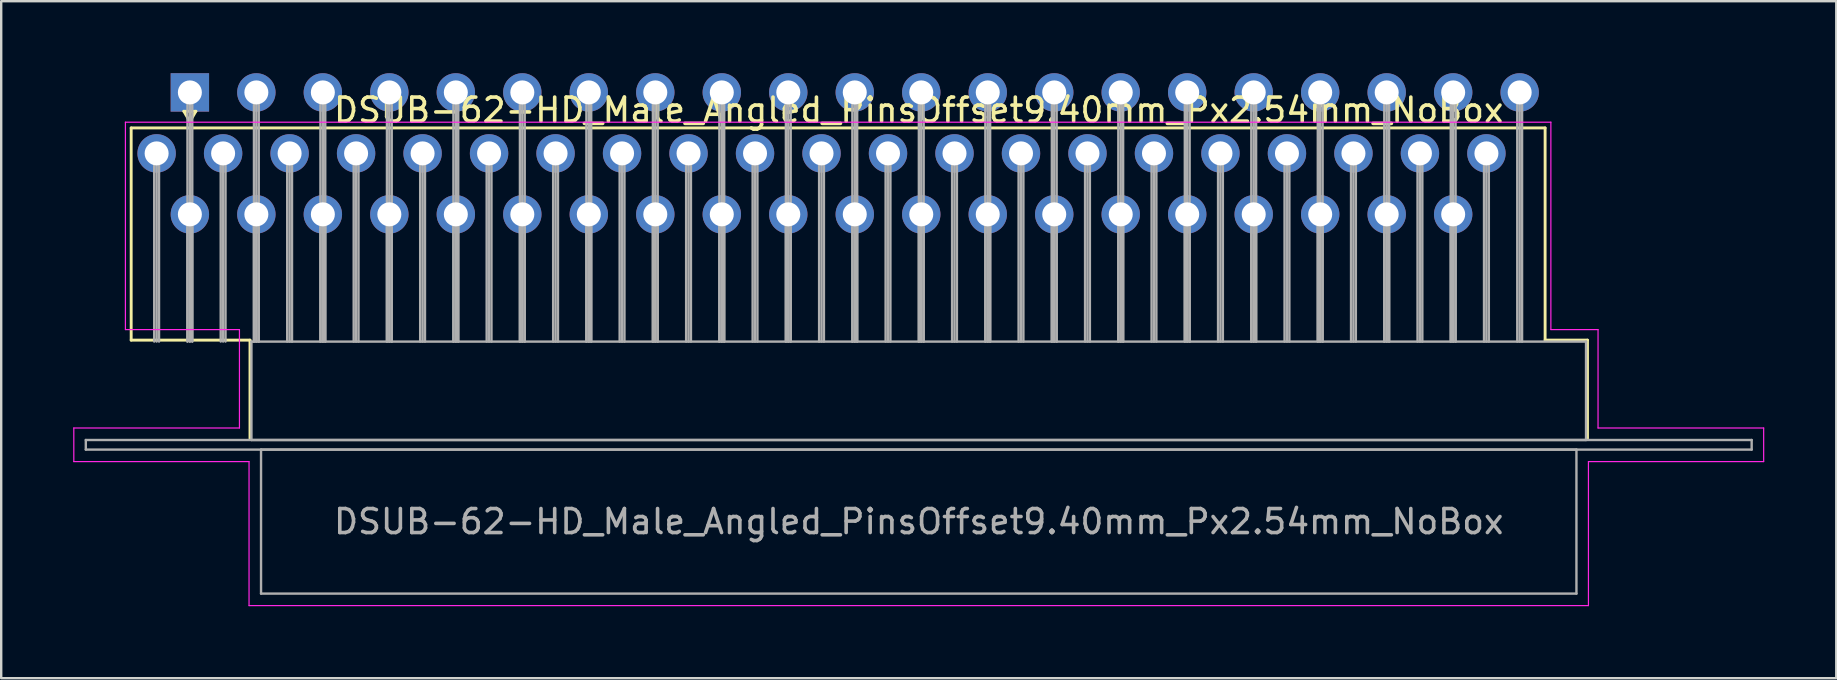
<source format=kicad_pcb>
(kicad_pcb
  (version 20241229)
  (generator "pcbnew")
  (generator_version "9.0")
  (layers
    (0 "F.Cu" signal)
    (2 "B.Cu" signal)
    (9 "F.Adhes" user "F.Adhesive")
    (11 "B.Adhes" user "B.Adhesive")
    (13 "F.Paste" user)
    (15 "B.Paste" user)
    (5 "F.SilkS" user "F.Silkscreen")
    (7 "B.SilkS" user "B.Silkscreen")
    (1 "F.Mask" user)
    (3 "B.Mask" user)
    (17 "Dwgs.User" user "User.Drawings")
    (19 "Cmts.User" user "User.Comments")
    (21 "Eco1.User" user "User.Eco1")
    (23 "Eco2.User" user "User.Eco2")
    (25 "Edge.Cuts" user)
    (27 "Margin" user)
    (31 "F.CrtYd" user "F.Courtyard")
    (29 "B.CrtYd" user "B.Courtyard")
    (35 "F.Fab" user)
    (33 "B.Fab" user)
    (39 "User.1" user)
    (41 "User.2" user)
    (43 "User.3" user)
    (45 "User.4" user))
  (footprint "DSUB-62-HD_Male_Angled_PinsOffset9.40mm_Px2.54mm_NoBox"
    (layer "F.Cu")
    (at 4.86 0.8)
    (property "Reference" "DSUB-62-HD_Male_Angled_PinsOffset9.40mm_Px2.54mm_NoBox" (at 30.365 0.74 0) (layer "F.SilkS") (effects (font (size 1 1) (thickness 0.15))))
    (attr through_hole)
    (fp_line (start -2.445 1.48) (end 56.46 1.48) (stroke (width 0.12) (type solid)) (layer "F.SilkS"))
    (fp_line (start -2.445 10.32) (end -2.445 1.48) (stroke (width 0.12) (type solid)) (layer "F.SilkS"))
    (fp_line (start -0.25 0.786) (end 0.25 0.786) (stroke (width 0.12) (type solid)) (layer "F.SilkS"))
    (fp_line (start 0 1.219) (end -0.25 0.786) (stroke (width 0.12) (type solid)) (layer "F.SilkS"))
    (fp_line (start 0.25 0.786) (end 0 1.219) (stroke (width 0.12) (type solid)) (layer "F.SilkS"))
    (fp_line (start 2.505 10.32) (end -2.445 10.32) (stroke (width 0.12) (type solid)) (layer "F.SilkS"))
    (fp_line (start 2.505 14.42) (end 2.505 10.32) (stroke (width 0.12) (type solid)) (layer "F.SilkS"))
    (fp_line (start 56.46 1.48) (end 56.46 10.32) (stroke (width 0.12) (type solid)) (layer "F.SilkS"))
    (fp_line (start 56.46 10.32) (end 58.225 10.32) (stroke (width 0.12) (type solid)) (layer "F.SilkS"))
    (fp_line (start 58.225 10.32) (end 58.225 14.42) (stroke (width 0.12) (type solid)) (layer "F.SilkS"))
    (fp_line (start -4.835 13.98) (end 2.065 13.98) (stroke (width 0.05) (type solid)) (layer "F.CrtYd"))
    (fp_line (start -4.835 15.38) (end -4.835 13.98) (stroke (width 0.05) (type solid)) (layer "F.CrtYd"))
    (fp_line (start -2.685 1.24) (end 56.7 1.24) (stroke (width 0.05) (type solid)) (layer "F.CrtYd"))
    (fp_line (start -2.685 9.88) (end -2.685 1.24) (stroke (width 0.05) (type solid)) (layer "F.CrtYd"))
    (fp_line (start 2.065 9.88) (end -2.685 9.88) (stroke (width 0.05) (type solid)) (layer "F.CrtYd"))
    (fp_line (start 2.065 13.98) (end 2.065 9.88) (stroke (width 0.05) (type solid)) (layer "F.CrtYd"))
    (fp_line (start 2.465 15.38) (end -4.835 15.38) (stroke (width 0.05) (type solid)) (layer "F.CrtYd"))
    (fp_line (start 2.465 21.38) (end 2.465 15.38) (stroke (width 0.05) (type solid)) (layer "F.CrtYd"))
    (fp_line (start 56.7 1.24) (end 56.7 9.88) (stroke (width 0.05) (type solid)) (layer "F.CrtYd"))
    (fp_line (start 56.7 9.88) (end 58.665 9.88) (stroke (width 0.05) (type solid)) (layer "F.CrtYd"))
    (fp_line (start 58.265 15.38) (end 58.265 21.38) (stroke (width 0.05) (type solid)) (layer "F.CrtYd"))
    (fp_line (start 58.265 21.38) (end 2.465 21.38) (stroke (width 0.05) (type solid)) (layer "F.CrtYd"))
    (fp_line (start 58.665 9.88) (end 58.665 13.98) (stroke (width 0.05) (type solid)) (layer "F.CrtYd"))
    (fp_line (start 58.665 13.98) (end 65.565 13.98) (stroke (width 0.05) (type solid)) (layer "F.CrtYd"))
    (fp_line (start 65.565 13.98) (end 65.565 15.38) (stroke (width 0.05) (type solid)) (layer "F.CrtYd"))
    (fp_line (start 65.565 15.38) (end 58.265 15.38) (stroke (width 0.05) (type solid)) (layer "F.CrtYd"))
    (fp_line (start -4.335 14.48) (end -4.335 14.88) (stroke (width 0.1) (type solid)) (layer "F.Fab"))
    (fp_line (start -4.335 14.88) (end 65.065 14.88) (stroke (width 0.1) (type solid)) (layer "F.Fab"))
    (fp_line (start -1.485 2.54) (end -1.485 10.38) (stroke (width 0.1) (type solid)) (layer "F.Fab"))
    (fp_line (start -1.385 2.54) (end -1.385 10.38) (stroke (width 0.1) (type solid)) (layer "F.Fab"))
    (fp_line (start -1.285 2.54) (end -1.285 10.38) (stroke (width 0.1) (type solid)) (layer "F.Fab"))
    (fp_line (start -0.1 0) (end -0.1 10.38) (stroke (width 0.1) (type solid)) (layer "F.Fab"))
    (fp_line (start -0.1 5.08) (end -0.1 10.38) (stroke (width 0.1) (type solid)) (layer "F.Fab"))
    (fp_line (start 0 0) (end 0 10.38) (stroke (width 0.1) (type solid)) (layer "F.Fab"))
    (fp_line (start 0 5.08) (end 0 10.38) (stroke (width 0.1) (type solid)) (layer "F.Fab"))
    (fp_line (start 0.1 0) (end 0.1 10.38) (stroke (width 0.1) (type solid)) (layer "F.Fab"))
    (fp_line (start 0.1 5.08) (end 0.1 10.38) (stroke (width 0.1) (type solid)) (layer "F.Fab"))
    (fp_line (start 1.285 2.54) (end 1.285 10.38) (stroke (width 0.1) (type solid)) (layer "F.Fab"))
    (fp_line (start 1.385 2.54) (end 1.385 10.38) (stroke (width 0.1) (type solid)) (layer "F.Fab"))
    (fp_line (start 1.485 2.54) (end 1.485 10.38) (stroke (width 0.1) (type solid)) (layer "F.Fab"))
    (fp_line (start 2.565 10.38) (end 2.565 14.48) (stroke (width 0.1) (type solid)) (layer "F.Fab"))
    (fp_line (start 2.565 14.48) (end 58.165 14.48) (stroke (width 0.1) (type solid)) (layer "F.Fab"))
    (fp_line (start 2.67 0) (end 2.67 10.38) (stroke (width 0.1) (type solid)) (layer "F.Fab"))
    (fp_line (start 2.67 5.08) (end 2.67 10.38) (stroke (width 0.1) (type solid)) (layer "F.Fab"))
    (fp_line (start 2.77 0) (end 2.77 10.38) (stroke (width 0.1) (type solid)) (layer "F.Fab"))
    (fp_line (start 2.77 5.08) (end 2.77 10.38) (stroke (width 0.1) (type solid)) (layer "F.Fab"))
    (fp_line (start 2.87 0) (end 2.87 10.38) (stroke (width 0.1) (type solid)) (layer "F.Fab"))
    (fp_line (start 2.87 5.08) (end 2.87 10.38) (stroke (width 0.1) (type solid)) (layer "F.Fab"))
    (fp_line (start 2.965 14.88) (end 2.965 20.88) (stroke (width 0.1) (type solid)) (layer "F.Fab"))
    (fp_line (start 2.965 20.88) (end 57.765 20.88) (stroke (width 0.1) (type solid)) (layer "F.Fab"))
    (fp_line (start 4.055 2.54) (end 4.055 10.38) (stroke (width 0.1) (type solid)) (layer "F.Fab"))
    (fp_line (start 4.155 2.54) (end 4.155 10.38) (stroke (width 0.1) (type solid)) (layer "F.Fab"))
    (fp_line (start 4.255 2.54) (end 4.255 10.38) (stroke (width 0.1) (type solid)) (layer "F.Fab"))
    (fp_line (start 5.44 0) (end 5.44 10.38) (stroke (width 0.1) (type solid)) (layer "F.Fab"))
    (fp_line (start 5.44 5.08) (end 5.44 10.38) (stroke (width 0.1) (type solid)) (layer "F.Fab"))
    (fp_line (start 5.54 0) (end 5.54 10.38) (stroke (width 0.1) (type solid)) (layer "F.Fab"))
    (fp_line (start 5.54 5.08) (end 5.54 10.38) (stroke (width 0.1) (type solid)) (layer "F.Fab"))
    (fp_line (start 5.64 0) (end 5.64 10.38) (stroke (width 0.1) (type solid)) (layer "F.Fab"))
    (fp_line (start 5.64 5.08) (end 5.64 10.38) (stroke (width 0.1) (type solid)) (layer "F.Fab"))
    (fp_line (start 6.825 2.54) (end 6.825 10.38) (stroke (width 0.1) (type solid)) (layer "F.Fab"))
    (fp_line (start 6.925 2.54) (end 6.925 10.38) (stroke (width 0.1) (type solid)) (layer "F.Fab"))
    (fp_line (start 7.025 2.54) (end 7.025 10.38) (stroke (width 0.1) (type solid)) (layer "F.Fab"))
    (fp_line (start 8.21 0) (end 8.21 10.38) (stroke (width 0.1) (type solid)) (layer "F.Fab"))
    (fp_line (start 8.21 5.08) (end 8.21 10.38) (stroke (width 0.1) (type solid)) (layer "F.Fab"))
    (fp_line (start 8.31 0) (end 8.31 10.38) (stroke (width 0.1) (type solid)) (layer "F.Fab"))
    (fp_line (start 8.31 5.08) (end 8.31 10.38) (stroke (width 0.1) (type solid)) (layer "F.Fab"))
    (fp_line (start 8.41 0) (end 8.41 10.38) (stroke (width 0.1) (type solid)) (layer "F.Fab"))
    (fp_line (start 8.41 5.08) (end 8.41 10.38) (stroke (width 0.1) (type solid)) (layer "F.Fab"))
    (fp_line (start 9.595 2.54) (end 9.595 10.38) (stroke (width 0.1) (type solid)) (layer "F.Fab"))
    (fp_line (start 9.695 2.54) (end 9.695 10.38) (stroke (width 0.1) (type solid)) (layer "F.Fab"))
    (fp_line (start 9.795 2.54) (end 9.795 10.38) (stroke (width 0.1) (type solid)) (layer "F.Fab"))
    (fp_line (start 10.98 0) (end 10.98 10.38) (stroke (width 0.1) (type solid)) (layer "F.Fab"))
    (fp_line (start 10.98 5.08) (end 10.98 10.38) (stroke (width 0.1) (type solid)) (layer "F.Fab"))
    (fp_line (start 11.08 0) (end 11.08 10.38) (stroke (width 0.1) (type solid)) (layer "F.Fab"))
    (fp_line (start 11.08 5.08) (end 11.08 10.38) (stroke (width 0.1) (type solid)) (layer "F.Fab"))
    (fp_line (start 11.18 0) (end 11.18 10.38) (stroke (width 0.1) (type solid)) (layer "F.Fab"))
    (fp_line (start 11.18 5.08) (end 11.18 10.38) (stroke (width 0.1) (type solid)) (layer "F.Fab"))
    (fp_line (start 12.365 2.54) (end 12.365 10.38) (stroke (width 0.1) (type solid)) (layer "F.Fab"))
    (fp_line (start 12.465 2.54) (end 12.465 10.38) (stroke (width 0.1) (type solid)) (layer "F.Fab"))
    (fp_line (start 12.565 2.54) (end 12.565 10.38) (stroke (width 0.1) (type solid)) (layer "F.Fab"))
    (fp_line (start 13.75 0) (end 13.75 10.38) (stroke (width 0.1) (type solid)) (layer "F.Fab"))
    (fp_line (start 13.75 5.08) (end 13.75 10.38) (stroke (width 0.1) (type solid)) (layer "F.Fab"))
    (fp_line (start 13.85 0) (end 13.85 10.38) (stroke (width 0.1) (type solid)) (layer "F.Fab"))
    (fp_line (start 13.85 5.08) (end 13.85 10.38) (stroke (width 0.1) (type solid)) (layer "F.Fab"))
    (fp_line (start 13.95 0) (end 13.95 10.38) (stroke (width 0.1) (type solid)) (layer "F.Fab"))
    (fp_line (start 13.95 5.08) (end 13.95 10.38) (stroke (width 0.1) (type solid)) (layer "F.Fab"))
    (fp_line (start 15.135 2.54) (end 15.135 10.38) (stroke (width 0.1) (type solid)) (layer "F.Fab"))
    (fp_line (start 15.235 2.54) (end 15.235 10.38) (stroke (width 0.1) (type solid)) (layer "F.Fab"))
    (fp_line (start 15.335 2.54) (end 15.335 10.38) (stroke (width 0.1) (type solid)) (layer "F.Fab"))
    (fp_line (start 16.52 0) (end 16.52 10.38) (stroke (width 0.1) (type solid)) (layer "F.Fab"))
    (fp_line (start 16.52 5.08) (end 16.52 10.38) (stroke (width 0.1) (type solid)) (layer "F.Fab"))
    (fp_line (start 16.62 0) (end 16.62 10.38) (stroke (width 0.1) (type solid)) (layer "F.Fab"))
    (fp_line (start 16.62 5.08) (end 16.62 10.38) (stroke (width 0.1) (type solid)) (layer "F.Fab"))
    (fp_line (start 16.72 0) (end 16.72 10.38) (stroke (width 0.1) (type solid)) (layer "F.Fab"))
    (fp_line (start 16.72 5.08) (end 16.72 10.38) (stroke (width 0.1) (type solid)) (layer "F.Fab"))
    (fp_line (start 17.905 2.54) (end 17.905 10.38) (stroke (width 0.1) (type solid)) (layer "F.Fab"))
    (fp_line (start 18.005 2.54) (end 18.005 10.38) (stroke (width 0.1) (type solid)) (layer "F.Fab"))
    (fp_line (start 18.105 2.54) (end 18.105 10.38) (stroke (width 0.1) (type solid)) (layer "F.Fab"))
    (fp_line (start 19.29 0) (end 19.29 10.38) (stroke (width 0.1) (type solid)) (layer "F.Fab"))
    (fp_line (start 19.29 5.08) (end 19.29 10.38) (stroke (width 0.1) (type solid)) (layer "F.Fab"))
    (fp_line (start 19.39 0) (end 19.39 10.38) (stroke (width 0.1) (type solid)) (layer "F.Fab"))
    (fp_line (start 19.39 5.08) (end 19.39 10.38) (stroke (width 0.1) (type solid)) (layer "F.Fab"))
    (fp_line (start 19.49 0) (end 19.49 10.38) (stroke (width 0.1) (type solid)) (layer "F.Fab"))
    (fp_line (start 19.49 5.08) (end 19.49 10.38) (stroke (width 0.1) (type solid)) (layer "F.Fab"))
    (fp_line (start 20.675 2.54) (end 20.675 10.38) (stroke (width 0.1) (type solid)) (layer "F.Fab"))
    (fp_line (start 20.775 2.54) (end 20.775 10.38) (stroke (width 0.1) (type solid)) (layer "F.Fab"))
    (fp_line (start 20.875 2.54) (end 20.875 10.38) (stroke (width 0.1) (type solid)) (layer "F.Fab"))
    (fp_line (start 22.06 0) (end 22.06 10.38) (stroke (width 0.1) (type solid)) (layer "F.Fab"))
    (fp_line (start 22.06 5.08) (end 22.06 10.38) (stroke (width 0.1) (type solid)) (layer "F.Fab"))
    (fp_line (start 22.16 0) (end 22.16 10.38) (stroke (width 0.1) (type solid)) (layer "F.Fab"))
    (fp_line (start 22.16 5.08) (end 22.16 10.38) (stroke (width 0.1) (type solid)) (layer "F.Fab"))
    (fp_line (start 22.26 0) (end 22.26 10.38) (stroke (width 0.1) (type solid)) (layer "F.Fab"))
    (fp_line (start 22.26 5.08) (end 22.26 10.38) (stroke (width 0.1) (type solid)) (layer "F.Fab"))
    (fp_line (start 23.445 2.54) (end 23.445 10.38) (stroke (width 0.1) (type solid)) (layer "F.Fab"))
    (fp_line (start 23.545 2.54) (end 23.545 10.38) (stroke (width 0.1) (type solid)) (layer "F.Fab"))
    (fp_line (start 23.645 2.54) (end 23.645 10.38) (stroke (width 0.1) (type solid)) (layer "F.Fab"))
    (fp_line (start 24.83 0) (end 24.83 10.38) (stroke (width 0.1) (type solid)) (layer "F.Fab"))
    (fp_line (start 24.83 5.08) (end 24.83 10.38) (stroke (width 0.1) (type solid)) (layer "F.Fab"))
    (fp_line (start 24.93 0) (end 24.93 10.38) (stroke (width 0.1) (type solid)) (layer "F.Fab"))
    (fp_line (start 24.93 5.08) (end 24.93 10.38) (stroke (width 0.1) (type solid)) (layer "F.Fab"))
    (fp_line (start 25.03 0) (end 25.03 10.38) (stroke (width 0.1) (type solid)) (layer "F.Fab"))
    (fp_line (start 25.03 5.08) (end 25.03 10.38) (stroke (width 0.1) (type solid)) (layer "F.Fab"))
    (fp_line (start 26.215 2.54) (end 26.215 10.38) (stroke (width 0.1) (type solid)) (layer "F.Fab"))
    (fp_line (start 26.315 2.54) (end 26.315 10.38) (stroke (width 0.1) (type solid)) (layer "F.Fab"))
    (fp_line (start 26.415 2.54) (end 26.415 10.38) (stroke (width 0.1) (type solid)) (layer "F.Fab"))
    (fp_line (start 27.6 0) (end 27.6 10.38) (stroke (width 0.1) (type solid)) (layer "F.Fab"))
    (fp_line (start 27.6 5.08) (end 27.6 10.38) (stroke (width 0.1) (type solid)) (layer "F.Fab"))
    (fp_line (start 27.7 0) (end 27.7 10.38) (stroke (width 0.1) (type solid)) (layer "F.Fab"))
    (fp_line (start 27.7 5.08) (end 27.7 10.38) (stroke (width 0.1) (type solid)) (layer "F.Fab"))
    (fp_line (start 27.8 0) (end 27.8 10.38) (stroke (width 0.1) (type solid)) (layer "F.Fab"))
    (fp_line (start 27.8 5.08) (end 27.8 10.38) (stroke (width 0.1) (type solid)) (layer "F.Fab"))
    (fp_line (start 28.985 2.54) (end 28.985 10.38) (stroke (width 0.1) (type solid)) (layer "F.Fab"))
    (fp_line (start 29.085 2.54) (end 29.085 10.38) (stroke (width 0.1) (type solid)) (layer "F.Fab"))
    (fp_line (start 29.185 2.54) (end 29.185 10.38) (stroke (width 0.1) (type solid)) (layer "F.Fab"))
    (fp_line (start 30.37 0) (end 30.37 10.38) (stroke (width 0.1) (type solid)) (layer "F.Fab"))
    (fp_line (start 30.37 5.08) (end 30.37 10.38) (stroke (width 0.1) (type solid)) (layer "F.Fab"))
    (fp_line (start 30.47 0) (end 30.47 10.38) (stroke (width 0.1) (type solid)) (layer "F.Fab"))
    (fp_line (start 30.47 5.08) (end 30.47 10.38) (stroke (width 0.1) (type solid)) (layer "F.Fab"))
    (fp_line (start 30.57 0) (end 30.57 10.38) (stroke (width 0.1) (type solid)) (layer "F.Fab"))
    (fp_line (start 30.57 5.08) (end 30.57 10.38) (stroke (width 0.1) (type solid)) (layer "F.Fab"))
    (fp_line (start 31.755 2.54) (end 31.755 10.38) (stroke (width 0.1) (type solid)) (layer "F.Fab"))
    (fp_line (start 31.855 2.54) (end 31.855 10.38) (stroke (width 0.1) (type solid)) (layer "F.Fab"))
    (fp_line (start 31.955 2.54) (end 31.955 10.38) (stroke (width 0.1) (type solid)) (layer "F.Fab"))
    (fp_line (start 33.14 0) (end 33.14 10.38) (stroke (width 0.1) (type solid)) (layer "F.Fab"))
    (fp_line (start 33.14 5.08) (end 33.14 10.38) (stroke (width 0.1) (type solid)) (layer "F.Fab"))
    (fp_line (start 33.24 0) (end 33.24 10.38) (stroke (width 0.1) (type solid)) (layer "F.Fab"))
    (fp_line (start 33.24 5.08) (end 33.24 10.38) (stroke (width 0.1) (type solid)) (layer "F.Fab"))
    (fp_line (start 33.34 0) (end 33.34 10.38) (stroke (width 0.1) (type solid)) (layer "F.Fab"))
    (fp_line (start 33.34 5.08) (end 33.34 10.38) (stroke (width 0.1) (type solid)) (layer "F.Fab"))
    (fp_line (start 34.525 2.54) (end 34.525 10.38) (stroke (width 0.1) (type solid)) (layer "F.Fab"))
    (fp_line (start 34.625 2.54) (end 34.625 10.38) (stroke (width 0.1) (type solid)) (layer "F.Fab"))
    (fp_line (start 34.725 2.54) (end 34.725 10.38) (stroke (width 0.1) (type solid)) (layer "F.Fab"))
    (fp_line (start 35.91 0) (end 35.91 10.38) (stroke (width 0.1) (type solid)) (layer "F.Fab"))
    (fp_line (start 35.91 5.08) (end 35.91 10.38) (stroke (width 0.1) (type solid)) (layer "F.Fab"))
    (fp_line (start 36.01 0) (end 36.01 10.38) (stroke (width 0.1) (type solid)) (layer "F.Fab"))
    (fp_line (start 36.01 5.08) (end 36.01 10.38) (stroke (width 0.1) (type solid)) (layer "F.Fab"))
    (fp_line (start 36.11 0) (end 36.11 10.38) (stroke (width 0.1) (type solid)) (layer "F.Fab"))
    (fp_line (start 36.11 5.08) (end 36.11 10.38) (stroke (width 0.1) (type solid)) (layer "F.Fab"))
    (fp_line (start 37.295 2.54) (end 37.295 10.38) (stroke (width 0.1) (type solid)) (layer "F.Fab"))
    (fp_line (start 37.395 2.54) (end 37.395 10.38) (stroke (width 0.1) (type solid)) (layer "F.Fab"))
    (fp_line (start 37.495 2.54) (end 37.495 10.38) (stroke (width 0.1) (type solid)) (layer "F.Fab"))
    (fp_line (start 38.68 0) (end 38.68 10.38) (stroke (width 0.1) (type solid)) (layer "F.Fab"))
    (fp_line (start 38.68 5.08) (end 38.68 10.38) (stroke (width 0.1) (type solid)) (layer "F.Fab"))
    (fp_line (start 38.78 0) (end 38.78 10.38) (stroke (width 0.1) (type solid)) (layer "F.Fab"))
    (fp_line (start 38.78 5.08) (end 38.78 10.38) (stroke (width 0.1) (type solid)) (layer "F.Fab"))
    (fp_line (start 38.88 0) (end 38.88 10.38) (stroke (width 0.1) (type solid)) (layer "F.Fab"))
    (fp_line (start 38.88 5.08) (end 38.88 10.38) (stroke (width 0.1) (type solid)) (layer "F.Fab"))
    (fp_line (start 40.065 2.54) (end 40.065 10.38) (stroke (width 0.1) (type solid)) (layer "F.Fab"))
    (fp_line (start 40.165 2.54) (end 40.165 10.38) (stroke (width 0.1) (type solid)) (layer "F.Fab"))
    (fp_line (start 40.265 2.54) (end 40.265 10.38) (stroke (width 0.1) (type solid)) (layer "F.Fab"))
    (fp_line (start 41.45 0) (end 41.45 10.38) (stroke (width 0.1) (type solid)) (layer "F.Fab"))
    (fp_line (start 41.45 5.08) (end 41.45 10.38) (stroke (width 0.1) (type solid)) (layer "F.Fab"))
    (fp_line (start 41.55 0) (end 41.55 10.38) (stroke (width 0.1) (type solid)) (layer "F.Fab"))
    (fp_line (start 41.55 5.08) (end 41.55 10.38) (stroke (width 0.1) (type solid)) (layer "F.Fab"))
    (fp_line (start 41.65 0) (end 41.65 10.38) (stroke (width 0.1) (type solid)) (layer "F.Fab"))
    (fp_line (start 41.65 5.08) (end 41.65 10.38) (stroke (width 0.1) (type solid)) (layer "F.Fab"))
    (fp_line (start 42.835 2.54) (end 42.835 10.38) (stroke (width 0.1) (type solid)) (layer "F.Fab"))
    (fp_line (start 42.935 2.54) (end 42.935 10.38) (stroke (width 0.1) (type solid)) (layer "F.Fab"))
    (fp_line (start 43.035 2.54) (end 43.035 10.38) (stroke (width 0.1) (type solid)) (layer "F.Fab"))
    (fp_line (start 44.22 0) (end 44.22 10.38) (stroke (width 0.1) (type solid)) (layer "F.Fab"))
    (fp_line (start 44.22 5.08) (end 44.22 10.38) (stroke (width 0.1) (type solid)) (layer "F.Fab"))
    (fp_line (start 44.32 0) (end 44.32 10.38) (stroke (width 0.1) (type solid)) (layer "F.Fab"))
    (fp_line (start 44.32 5.08) (end 44.32 10.38) (stroke (width 0.1) (type solid)) (layer "F.Fab"))
    (fp_line (start 44.42 0) (end 44.42 10.38) (stroke (width 0.1) (type solid)) (layer "F.Fab"))
    (fp_line (start 44.42 5.08) (end 44.42 10.38) (stroke (width 0.1) (type solid)) (layer "F.Fab"))
    (fp_line (start 45.605 2.54) (end 45.605 10.38) (stroke (width 0.1) (type solid)) (layer "F.Fab"))
    (fp_line (start 45.705 2.54) (end 45.705 10.38) (stroke (width 0.1) (type solid)) (layer "F.Fab"))
    (fp_line (start 45.805 2.54) (end 45.805 10.38) (stroke (width 0.1) (type solid)) (layer "F.Fab"))
    (fp_line (start 46.99 0) (end 46.99 10.38) (stroke (width 0.1) (type solid)) (layer "F.Fab"))
    (fp_line (start 46.99 5.08) (end 46.99 10.38) (stroke (width 0.1) (type solid)) (layer "F.Fab"))
    (fp_line (start 47.09 0) (end 47.09 10.38) (stroke (width 0.1) (type solid)) (layer "F.Fab"))
    (fp_line (start 47.09 5.08) (end 47.09 10.38) (stroke (width 0.1) (type solid)) (layer "F.Fab"))
    (fp_line (start 47.19 0) (end 47.19 10.38) (stroke (width 0.1) (type solid)) (layer "F.Fab"))
    (fp_line (start 47.19 5.08) (end 47.19 10.38) (stroke (width 0.1) (type solid)) (layer "F.Fab"))
    (fp_line (start 48.375 2.54) (end 48.375 10.38) (stroke (width 0.1) (type solid)) (layer "F.Fab"))
    (fp_line (start 48.475 2.54) (end 48.475 10.38) (stroke (width 0.1) (type solid)) (layer "F.Fab"))
    (fp_line (start 48.575 2.54) (end 48.575 10.38) (stroke (width 0.1) (type solid)) (layer "F.Fab"))
    (fp_line (start 49.76 0) (end 49.76 10.38) (stroke (width 0.1) (type solid)) (layer "F.Fab"))
    (fp_line (start 49.76 5.08) (end 49.76 10.38) (stroke (width 0.1) (type solid)) (layer "F.Fab"))
    (fp_line (start 49.86 0) (end 49.86 10.38) (stroke (width 0.1) (type solid)) (layer "F.Fab"))
    (fp_line (start 49.86 5.08) (end 49.86 10.38) (stroke (width 0.1) (type solid)) (layer "F.Fab"))
    (fp_line (start 49.96 0) (end 49.96 10.38) (stroke (width 0.1) (type solid)) (layer "F.Fab"))
    (fp_line (start 49.96 5.08) (end 49.96 10.38) (stroke (width 0.1) (type solid)) (layer "F.Fab"))
    (fp_line (start 51.145 2.54) (end 51.145 10.38) (stroke (width 0.1) (type solid)) (layer "F.Fab"))
    (fp_line (start 51.245 2.54) (end 51.245 10.38) (stroke (width 0.1) (type solid)) (layer "F.Fab"))
    (fp_line (start 51.345 2.54) (end 51.345 10.38) (stroke (width 0.1) (type solid)) (layer "F.Fab"))
    (fp_line (start 52.53 0) (end 52.53 10.38) (stroke (width 0.1) (type solid)) (layer "F.Fab"))
    (fp_line (start 52.53 5.08) (end 52.53 10.38) (stroke (width 0.1) (type solid)) (layer "F.Fab"))
    (fp_line (start 52.63 0) (end 52.63 10.38) (stroke (width 0.1) (type solid)) (layer "F.Fab"))
    (fp_line (start 52.63 5.08) (end 52.63 10.38) (stroke (width 0.1) (type solid)) (layer "F.Fab"))
    (fp_line (start 52.73 0) (end 52.73 10.38) (stroke (width 0.1) (type solid)) (layer "F.Fab"))
    (fp_line (start 52.73 5.08) (end 52.73 10.38) (stroke (width 0.1) (type solid)) (layer "F.Fab"))
    (fp_line (start 53.915 2.54) (end 53.915 10.38) (stroke (width 0.1) (type solid)) (layer "F.Fab"))
    (fp_line (start 54.015 2.54) (end 54.015 10.38) (stroke (width 0.1) (type solid)) (layer "F.Fab"))
    (fp_line (start 54.115 2.54) (end 54.115 10.38) (stroke (width 0.1) (type solid)) (layer "F.Fab"))
    (fp_line (start 55.3 0) (end 55.3 10.38) (stroke (width 0.1) (type solid)) (layer "F.Fab"))
    (fp_line (start 55.4 0) (end 55.4 10.38) (stroke (width 0.1) (type solid)) (layer "F.Fab"))
    (fp_line (start 55.5 0) (end 55.5 10.38) (stroke (width 0.1) (type solid)) (layer "F.Fab"))
    (fp_line (start 57.765 14.88) (end 2.965 14.88) (stroke (width 0.1) (type solid)) (layer "F.Fab"))
    (fp_line (start 57.765 20.88) (end 57.765 14.88) (stroke (width 0.1) (type solid)) (layer "F.Fab"))
    (fp_line (start 58.165 10.38) (end 2.565 10.38) (stroke (width 0.1) (type solid)) (layer "F.Fab"))
    (fp_line (start 58.165 14.48) (end 58.165 10.38) (stroke (width 0.1) (type solid)) (layer "F.Fab"))
    (fp_line (start 65.065 14.48) (end -4.335 14.48) (stroke (width 0.1) (type solid)) (layer "F.Fab"))
    (fp_line (start 65.065 14.88) (end 65.065 14.48) (stroke (width 0.1) (type solid)) (layer "F.Fab"))
    (fp_text user "${REFERENCE}" (at 30.365 17.88 0) (layer "F.Fab") (effects (font (size 1 1) (thickness 0.15))))
    (pad "1" thru_hole rect (at 0 0) (size 1.6 1.6) (drill 1) (layers "*.Cu" "*.Mask"))
    (pad "2" thru_hole circle (at 2.77 0) (size 1.6 1.6) (drill 1) (layers "*.Cu" "*.Mask"))
    (pad "3" thru_hole circle (at 5.54 0) (size 1.6 1.6) (drill 1) (layers "*.Cu" "*.Mask"))
    (pad "4" thru_hole circle (at 8.31 0) (size 1.6 1.6) (drill 1) (layers "*.Cu" "*.Mask"))
    (pad "5" thru_hole circle (at 11.08 0) (size 1.6 1.6) (drill 1) (layers "*.Cu" "*.Mask"))
    (pad "6" thru_hole circle (at 13.85 0) (size 1.6 1.6) (drill 1) (layers "*.Cu" "*.Mask"))
    (pad "7" thru_hole circle (at 16.62 0) (size 1.6 1.6) (drill 1) (layers "*.Cu" "*.Mask"))
    (pad "8" thru_hole circle (at 19.39 0) (size 1.6 1.6) (drill 1) (layers "*.Cu" "*.Mask"))
    (pad "9" thru_hole circle (at 22.16 0) (size 1.6 1.6) (drill 1) (layers "*.Cu" "*.Mask"))
    (pad "10" thru_hole circle (at 24.93 0) (size 1.6 1.6) (drill 1) (layers "*.Cu" "*.Mask"))
    (pad "11" thru_hole circle (at 27.7 0) (size 1.6 1.6) (drill 1) (layers "*.Cu" "*.Mask"))
    (pad "12" thru_hole circle (at 30.47 0) (size 1.6 1.6) (drill 1) (layers "*.Cu" "*.Mask"))
    (pad "13" thru_hole circle (at 33.24 0) (size 1.6 1.6) (drill 1) (layers "*.Cu" "*.Mask"))
    (pad "14" thru_hole circle (at 36.01 0) (size 1.6 1.6) (drill 1) (layers "*.Cu" "*.Mask"))
    (pad "15" thru_hole circle (at 38.78 0) (size 1.6 1.6) (drill 1) (layers "*.Cu" "*.Mask"))
    (pad "16" thru_hole circle (at 41.55 0) (size 1.6 1.6) (drill 1) (layers "*.Cu" "*.Mask"))
    (pad "17" thru_hole circle (at 44.32 0) (size 1.6 1.6) (drill 1) (layers "*.Cu" "*.Mask"))
    (pad "18" thru_hole circle (at 47.09 0) (size 1.6 1.6) (drill 1) (layers "*.Cu" "*.Mask"))
    (pad "19" thru_hole circle (at 49.86 0) (size 1.6 1.6) (drill 1) (layers "*.Cu" "*.Mask"))
    (pad "20" thru_hole circle (at 52.63 0) (size 1.6 1.6) (drill 1) (layers "*.Cu" "*.Mask"))
    (pad "21" thru_hole circle (at 55.4 0) (size 1.6 1.6) (drill 1) (layers "*.Cu" "*.Mask"))
    (pad "22" thru_hole circle (at -1.385 2.54) (size 1.6 1.6) (drill 1) (layers "*.Cu" "*.Mask"))
    (pad "23" thru_hole circle (at 1.385 2.54) (size 1.6 1.6) (drill 1) (layers "*.Cu" "*.Mask"))
    (pad "24" thru_hole circle (at 4.155 2.54) (size 1.6 1.6) (drill 1) (layers "*.Cu" "*.Mask"))
    (pad "25" thru_hole circle (at 6.925 2.54) (size 1.6 1.6) (drill 1) (layers "*.Cu" "*.Mask"))
    (pad "26" thru_hole circle (at 9.695 2.54) (size 1.6 1.6) (drill 1) (layers "*.Cu" "*.Mask"))
    (pad "27" thru_hole circle (at 12.465 2.54) (size 1.6 1.6) (drill 1) (layers "*.Cu" "*.Mask"))
    (pad "28" thru_hole circle (at 15.235 2.54) (size 1.6 1.6) (drill 1) (layers "*.Cu" "*.Mask"))
    (pad "29" thru_hole circle (at 18.005 2.54) (size 1.6 1.6) (drill 1) (layers "*.Cu" "*.Mask"))
    (pad "30" thru_hole circle (at 20.775 2.54) (size 1.6 1.6) (drill 1) (layers "*.Cu" "*.Mask"))
    (pad "31" thru_hole circle (at 23.545 2.54) (size 1.6 1.6) (drill 1) (layers "*.Cu" "*.Mask"))
    (pad "32" thru_hole circle (at 26.315 2.54) (size 1.6 1.6) (drill 1) (layers "*.Cu" "*.Mask"))
    (pad "33" thru_hole circle (at 29.085 2.54) (size 1.6 1.6) (drill 1) (layers "*.Cu" "*.Mask"))
    (pad "34" thru_hole circle (at 31.855 2.54) (size 1.6 1.6) (drill 1) (layers "*.Cu" "*.Mask"))
    (pad "35" thru_hole circle (at 34.625 2.54) (size 1.6 1.6) (drill 1) (layers "*.Cu" "*.Mask"))
    (pad "36" thru_hole circle (at 37.395 2.54) (size 1.6 1.6) (drill 1) (layers "*.Cu" "*.Mask"))
    (pad "37" thru_hole circle (at 40.165 2.54) (size 1.6 1.6) (drill 1) (layers "*.Cu" "*.Mask"))
    (pad "38" thru_hole circle (at 42.935 2.54) (size 1.6 1.6) (drill 1) (layers "*.Cu" "*.Mask"))
    (pad "39" thru_hole circle (at 45.705 2.54) (size 1.6 1.6) (drill 1) (layers "*.Cu" "*.Mask"))
    (pad "40" thru_hole circle (at 48.475 2.54) (size 1.6 1.6) (drill 1) (layers "*.Cu" "*.Mask"))
    (pad "41" thru_hole circle (at 51.245 2.54) (size 1.6 1.6) (drill 1) (layers "*.Cu" "*.Mask"))
    (pad "42" thru_hole circle (at 54.015 2.54) (size 1.6 1.6) (drill 1) (layers "*.Cu" "*.Mask"))
    (pad "43" thru_hole circle (at 0 5.08) (size 1.6 1.6) (drill 1) (layers "*.Cu" "*.Mask"))
    (pad "44" thru_hole circle (at 2.77 5.08) (size 1.6 1.6) (drill 1) (layers "*.Cu" "*.Mask"))
    (pad "45" thru_hole circle (at 5.54 5.08) (size 1.6 1.6) (drill 1) (layers "*.Cu" "*.Mask"))
    (pad "46" thru_hole circle (at 8.31 5.08) (size 1.6 1.6) (drill 1) (layers "*.Cu" "*.Mask"))
    (pad "47" thru_hole circle (at 11.08 5.08) (size 1.6 1.6) (drill 1) (layers "*.Cu" "*.Mask"))
    (pad "48" thru_hole circle (at 13.85 5.08) (size 1.6 1.6) (drill 1) (layers "*.Cu" "*.Mask"))
    (pad "49" thru_hole circle (at 16.62 5.08) (size 1.6 1.6) (drill 1) (layers "*.Cu" "*.Mask"))
    (pad "50" thru_hole circle (at 19.39 5.08) (size 1.6 1.6) (drill 1) (layers "*.Cu" "*.Mask"))
    (pad "51" thru_hole circle (at 22.16 5.08) (size 1.6 1.6) (drill 1) (layers "*.Cu" "*.Mask"))
    (pad "52" thru_hole circle (at 24.93 5.08) (size 1.6 1.6) (drill 1) (layers "*.Cu" "*.Mask"))
    (pad "53" thru_hole circle (at 27.7 5.08) (size 1.6 1.6) (drill 1) (layers "*.Cu" "*.Mask"))
    (pad "54" thru_hole circle (at 30.47 5.08) (size 1.6 1.6) (drill 1) (layers "*.Cu" "*.Mask"))
    (pad "55" thru_hole circle (at 33.24 5.08) (size 1.6 1.6) (drill 1) (layers "*.Cu" "*.Mask"))
    (pad "56" thru_hole circle (at 36.01 5.08) (size 1.6 1.6) (drill 1) (layers "*.Cu" "*.Mask"))
    (pad "57" thru_hole circle (at 38.78 5.08) (size 1.6 1.6) (drill 1) (layers "*.Cu" "*.Mask"))
    (pad "58" thru_hole circle (at 41.55 5.08) (size 1.6 1.6) (drill 1) (layers "*.Cu" "*.Mask"))
    (pad "59" thru_hole circle (at 44.32 5.08) (size 1.6 1.6) (drill 1) (layers "*.Cu" "*.Mask"))
    (pad "60" thru_hole circle (at 47.09 5.08) (size 1.6 1.6) (drill 1) (layers "*.Cu" "*.Mask"))
    (pad "61" thru_hole circle (at 49.86 5.08) (size 1.6 1.6) (drill 1) (layers "*.Cu" "*.Mask"))
    (pad "62" thru_hole circle (at 52.63 5.08) (size 1.6 1.6) (drill 1) (layers "*.Cu" "*.Mask")))
  (gr_rect
    (start -3 -3)
    (end 73.45 25.205)
    (stroke (width 0.1) (type default))
    (fill no)
    (layer "Edge.Cuts")))
</source>
